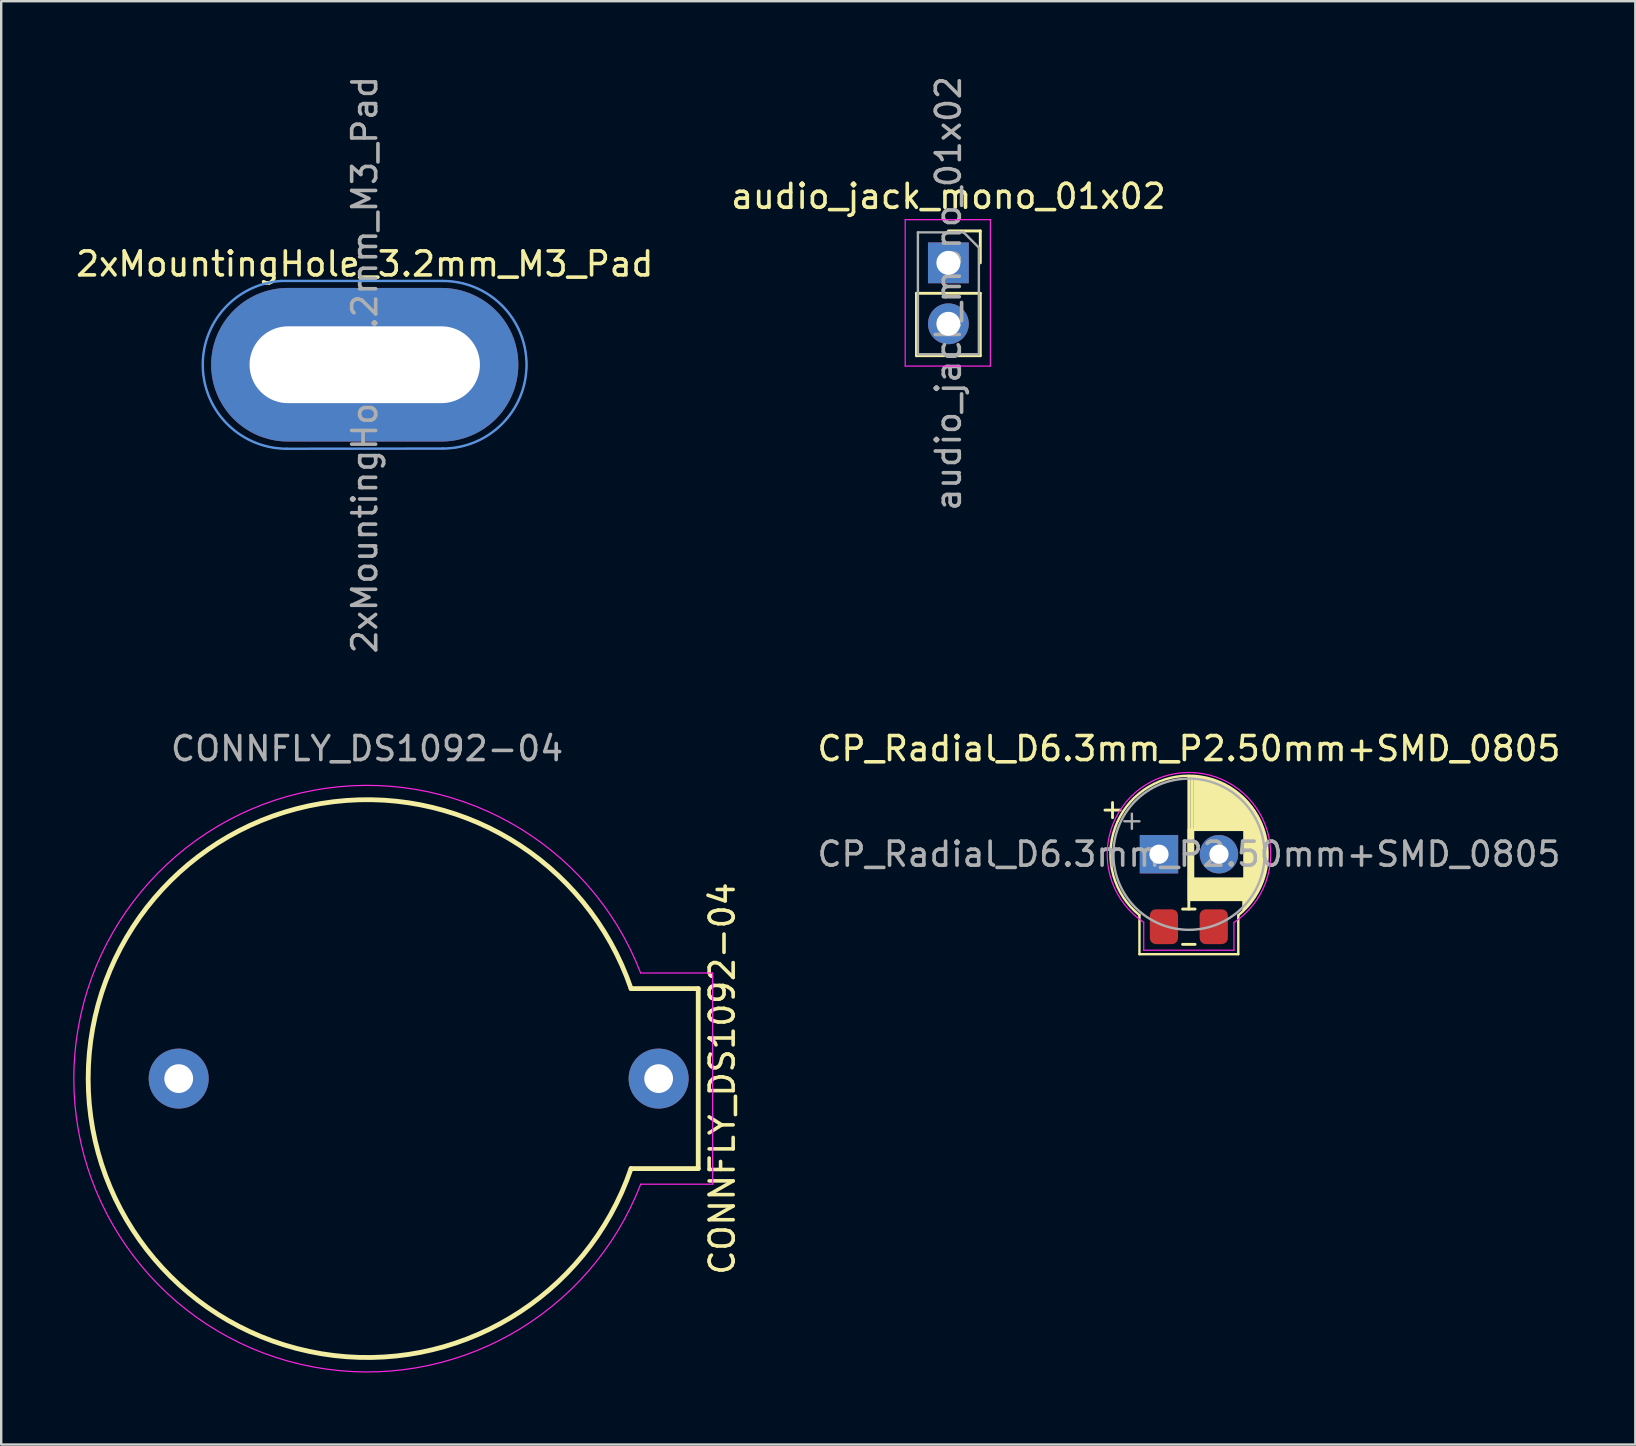
<source format=kicad_pcb>
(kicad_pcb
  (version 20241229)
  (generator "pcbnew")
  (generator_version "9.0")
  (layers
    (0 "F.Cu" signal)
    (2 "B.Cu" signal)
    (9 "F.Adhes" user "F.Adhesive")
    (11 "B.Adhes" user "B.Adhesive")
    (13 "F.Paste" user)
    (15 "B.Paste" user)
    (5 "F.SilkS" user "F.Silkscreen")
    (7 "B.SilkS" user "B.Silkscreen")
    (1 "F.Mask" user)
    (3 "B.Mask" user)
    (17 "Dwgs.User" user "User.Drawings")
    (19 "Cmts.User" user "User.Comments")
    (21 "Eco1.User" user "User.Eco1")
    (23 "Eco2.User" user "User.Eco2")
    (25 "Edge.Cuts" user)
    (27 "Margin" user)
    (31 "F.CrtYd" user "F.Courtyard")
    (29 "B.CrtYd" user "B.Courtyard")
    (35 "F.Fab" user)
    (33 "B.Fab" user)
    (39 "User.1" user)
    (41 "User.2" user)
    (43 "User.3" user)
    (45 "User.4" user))
  (footprint "audio_jack_mono_01x02"
    (layer "F.Cu")
    (at 36.47 7.903)
    (property "Reference" "audio_jack_mono_01x02" (at 0 -2.77 0) (layer "F.SilkS") (effects (font (size 1 1) (thickness 0.15))))
    (attr through_hole)
    (fp_line (start -1.33 1.27) (end -1.33 3.87) (stroke (width 0.12) (type solid)) (layer "F.SilkS"))
    (fp_line (start -1.33 1.27) (end 1.33 1.27) (stroke (width 0.12) (type solid)) (layer "F.SilkS"))
    (fp_line (start -1.33 3.87) (end 1.33 3.87) (stroke (width 0.12) (type solid)) (layer "F.SilkS"))
    (fp_line (start 0 -1.33) (end 1.33 -1.33) (stroke (width 0.12) (type solid)) (layer "F.SilkS"))
    (fp_line (start 1.33 -1.33) (end 1.33 0) (stroke (width 0.12) (type solid)) (layer "F.SilkS"))
    (fp_line (start 1.33 1.27) (end 1.33 3.87) (stroke (width 0.12) (type solid)) (layer "F.SilkS"))
    (fp_line (start -1.8 -1.8) (end 1.75 -1.8) (stroke (width 0.05) (type solid)) (layer "F.CrtYd"))
    (fp_line (start -1.8 4.3) (end -1.8 -1.8) (stroke (width 0.05) (type solid)) (layer "F.CrtYd"))
    (fp_line (start 1.75 -1.8) (end 1.75 4.3) (stroke (width 0.05) (type solid)) (layer "F.CrtYd"))
    (fp_line (start 1.75 4.3) (end -1.8 4.3) (stroke (width 0.05) (type solid)) (layer "F.CrtYd"))
    (fp_line (start -1.27 -1.27) (end 0.635 -1.27) (stroke (width 0.1) (type solid)) (layer "F.Fab"))
    (fp_line (start -1.27 3.81) (end -1.27 -1.27) (stroke (width 0.1) (type solid)) (layer "F.Fab"))
    (fp_line (start 0.635 -1.27) (end 1.27 -0.635) (stroke (width 0.1) (type solid)) (layer "F.Fab"))
    (fp_line (start 1.27 -0.635) (end 1.27 3.81) (stroke (width 0.1) (type solid)) (layer "F.Fab"))
    (fp_line (start 1.27 3.81) (end -1.27 3.81) (stroke (width 0.1) (type solid)) (layer "F.Fab"))
    (fp_text user "${REFERENCE}" (at 0 1.27 90) (layer "F.Fab") (effects (font (size 1 1) (thickness 0.15))))
    (pad "S" thru_hole rect (at 0 0) (size 1.7 1.7) (drill 1) (layers "*.Cu" "*.Mask"))
    (pad "T" thru_hole oval (at 0 2.54) (size 1.7 1.7) (drill 1) (layers "*.Cu" "*.Mask")))
  (footprint "CP_Radial_D6.3mm_P2.50mm+SMD_0805"
    (layer "F.Cu")
    (at 45.245 32.546)
    (property "Reference" "CP_Radial_D6.3mm_P2.50mm+SMD_0805" (at 1.25 -4.4 0) (layer "F.SilkS") (effects (font (size 1 1) (thickness 0.15))))
    (attr through_hole)
    (fp_line (start -2.25 -1.839) (end -1.62 -1.839) (stroke (width 0.12) (type solid)) (layer "F.SilkS"))
    (fp_line (start -1.935 -2.154) (end -1.935 -1.524) (stroke (width 0.12) (type solid)) (layer "F.SilkS"))
    (fp_line (start -0.813 2.54) (end -0.813 4.166) (stroke (width 0.1) (type default)) (layer "F.SilkS"))
    (fp_line (start -0.813 4.166) (end 3.306 4.166) (stroke (width 0.1) (type default)) (layer "F.SilkS"))
    (fp_line (start 0.984 2.286) (end 1.506 2.286) (stroke (width 0.12) (type solid)) (layer "F.SilkS"))
    (fp_line (start 0.984 3.756) (end 1.506 3.756) (stroke (width 0.12) (type solid)) (layer "F.SilkS"))
    (fp_line (start 1.245 -3.251) (end 1.245 2.286) (stroke (width 0.12) (type solid)) (layer "F.SilkS"))
    (fp_line (start 1.245 -1.016) (end 3.556 -1.016) (stroke (width 0.1) (type default)) (layer "F.SilkS"))
    (fp_line (start 1.372 -3.226) (end 1.372 -1.041) (stroke (width 0.135) (type default)) (layer "F.SilkS"))
    (fp_line (start 1.49 -3.222) (end 1.49 -1.04) (stroke (width 0.12) (type solid)) (layer "F.SilkS"))
    (fp_line (start 1.53 -3.218) (end 1.53 -1.04) (stroke (width 0.12) (type solid)) (layer "F.SilkS"))
    (fp_line (start 1.57 -3.215) (end 1.57 -1.04) (stroke (width 0.12) (type solid)) (layer "F.SilkS"))
    (fp_line (start 1.61 -3.211) (end 1.61 -1.04) (stroke (width 0.12) (type solid)) (layer "F.SilkS"))
    (fp_line (start 1.65 -3.206) (end 1.65 -1.04) (stroke (width 0.12) (type solid)) (layer "F.SilkS"))
    (fp_line (start 1.69 -3.201) (end 1.69 -1.04) (stroke (width 0.12) (type solid)) (layer "F.SilkS"))
    (fp_line (start 1.73 -3.195) (end 1.73 -1.04) (stroke (width 0.12) (type solid)) (layer "F.SilkS"))
    (fp_line (start 1.77 -3.189) (end 1.77 -1.04) (stroke (width 0.12) (type solid)) (layer "F.SilkS"))
    (fp_line (start 1.81 -3.182) (end 1.81 -1.04) (stroke (width 0.12) (type solid)) (layer "F.SilkS"))
    (fp_line (start 1.85 -3.175) (end 1.85 -1.04) (stroke (width 0.12) (type solid)) (layer "F.SilkS"))
    (fp_line (start 1.89 -3.167) (end 1.89 -1.04) (stroke (width 0.12) (type solid)) (layer "F.SilkS"))
    (fp_line (start 1.93 -3.159) (end 1.93 -1.04) (stroke (width 0.12) (type solid)) (layer "F.SilkS"))
    (fp_line (start 1.971 -3.15) (end 1.971 -1.04) (stroke (width 0.12) (type solid)) (layer "F.SilkS"))
    (fp_line (start 2.011 -3.141) (end 2.011 -1.04) (stroke (width 0.12) (type solid)) (layer "F.SilkS"))
    (fp_line (start 2.051 -3.131) (end 2.051 -1.04) (stroke (width 0.12) (type solid)) (layer "F.SilkS"))
    (fp_line (start 2.091 -3.121) (end 2.091 -1.04) (stroke (width 0.12) (type solid)) (layer "F.SilkS"))
    (fp_line (start 2.131 -3.11) (end 2.131 -1.04) (stroke (width 0.12) (type solid)) (layer "F.SilkS"))
    (fp_line (start 2.171 -3.098) (end 2.171 -1.04) (stroke (width 0.12) (type solid)) (layer "F.SilkS"))
    (fp_line (start 2.211 -3.086) (end 2.211 -1.04) (stroke (width 0.12) (type solid)) (layer "F.SilkS"))
    (fp_line (start 2.251 -3.074) (end 2.251 -1.04) (stroke (width 0.12) (type solid)) (layer "F.SilkS"))
    (fp_line (start 2.291 -3.061) (end 2.291 -1.04) (stroke (width 0.12) (type solid)) (layer "F.SilkS"))
    (fp_line (start 2.331 -3.047) (end 2.331 -1.04) (stroke (width 0.12) (type solid)) (layer "F.SilkS"))
    (fp_line (start 2.371 -3.033) (end 2.371 -1.04) (stroke (width 0.12) (type solid)) (layer "F.SilkS"))
    (fp_line (start 2.411 -3.018) (end 2.411 -1.04) (stroke (width 0.12) (type solid)) (layer "F.SilkS"))
    (fp_line (start 2.451 -3.002) (end 2.451 -1.04) (stroke (width 0.12) (type solid)) (layer "F.SilkS"))
    (fp_line (start 2.491 -2.986) (end 2.491 -1.04) (stroke (width 0.12) (type solid)) (layer "F.SilkS"))
    (fp_line (start 2.531 -2.97) (end 2.531 -1.04) (stroke (width 0.12) (type solid)) (layer "F.SilkS"))
    (fp_line (start 2.571 -2.952) (end 2.571 -1.04) (stroke (width 0.12) (type solid)) (layer "F.SilkS"))
    (fp_line (start 2.611 -2.934) (end 2.611 -1.04) (stroke (width 0.12) (type solid)) (layer "F.SilkS"))
    (fp_line (start 2.651 -2.916) (end 2.651 -1.04) (stroke (width 0.12) (type solid)) (layer "F.SilkS"))
    (fp_line (start 2.691 -2.896) (end 2.691 -1.04) (stroke (width 0.12) (type solid)) (layer "F.SilkS"))
    (fp_line (start 2.731 -2.876) (end 2.731 -1.04) (stroke (width 0.12) (type solid)) (layer "F.SilkS"))
    (fp_line (start 2.771 -2.856) (end 2.771 -1.04) (stroke (width 0.12) (type solid)) (layer "F.SilkS"))
    (fp_line (start 2.811 -2.834) (end 2.811 -1.04) (stroke (width 0.12) (type solid)) (layer "F.SilkS"))
    (fp_line (start 2.851 -2.812) (end 2.851 -1.04) (stroke (width 0.12) (type solid)) (layer "F.SilkS"))
    (fp_line (start 2.891 -2.79) (end 2.891 -1.04) (stroke (width 0.12) (type solid)) (layer "F.SilkS"))
    (fp_line (start 2.931 -2.766) (end 2.931 -1.04) (stroke (width 0.12) (type solid)) (layer "F.SilkS"))
    (fp_line (start 2.971 -2.742) (end 2.971 -1.04) (stroke (width 0.12) (type solid)) (layer "F.SilkS"))
    (fp_line (start 3.011 -2.716) (end 3.011 -1.04) (stroke (width 0.12) (type solid)) (layer "F.SilkS"))
    (fp_line (start 3.051 -2.69) (end 3.051 -1.04) (stroke (width 0.12) (type solid)) (layer "F.SilkS"))
    (fp_line (start 3.091 -2.664) (end 3.091 -1.04) (stroke (width 0.12) (type solid)) (layer "F.SilkS"))
    (fp_line (start 3.131 -2.636) (end 3.131 -1.04) (stroke (width 0.12) (type solid)) (layer "F.SilkS"))
    (fp_line (start 3.171 -2.607) (end 3.171 -1.04) (stroke (width 0.12) (type solid)) (layer "F.SilkS"))
    (fp_line (start 3.211 -2.578) (end 3.211 -1.04) (stroke (width 0.12) (type solid)) (layer "F.SilkS"))
    (fp_line (start 3.251 -2.548) (end 3.251 -1.04) (stroke (width 0.12) (type solid)) (layer "F.SilkS"))
    (fp_line (start 3.291 -2.516) (end 3.291 -1.04) (stroke (width 0.12) (type solid)) (layer "F.SilkS"))
    (fp_line (start 3.306 2.545) (end 3.306 4.166) (stroke (width 0.1) (type default)) (layer "F.SilkS"))
    (fp_line (start 3.331 -2.484) (end 3.331 -1.04) (stroke (width 0.12) (type solid)) (layer "F.SilkS"))
    (fp_line (start 3.371 -2.45) (end 3.371 -1.04) (stroke (width 0.12) (type solid)) (layer "F.SilkS"))
    (fp_line (start 3.411 -2.416) (end 3.411 -1.04) (stroke (width 0.12) (type solid)) (layer "F.SilkS"))
    (fp_line (start 3.451 -2.38) (end 3.451 -1.04) (stroke (width 0.12) (type solid)) (layer "F.SilkS"))
    (fp_line (start 3.491 -2.343) (end 3.491 -1.04) (stroke (width 0.12) (type solid)) (layer "F.SilkS"))
    (fp_line (start 3.531 -2.305) (end 3.531 -1.04) (stroke (width 0.12) (type solid)) (layer "F.SilkS"))
    (fp_line (start 3.531 1.04) (end 3.531 2.305) (stroke (width 0.12) (type solid)) (layer "F.SilkS"))
    (fp_line (start 3.571 -2.265) (end 3.571 2.265) (stroke (width 0.12) (type solid)) (layer "F.SilkS"))
    (fp_line (start 3.611 -2.224) (end 3.611 2.224) (stroke (width 0.12) (type solid)) (layer "F.SilkS"))
    (fp_line (start 3.651 -2.182) (end 3.651 2.182) (stroke (width 0.12) (type solid)) (layer "F.SilkS"))
    (fp_line (start 3.691 -2.137) (end 3.691 2.137) (stroke (width 0.12) (type solid)) (layer "F.SilkS"))
    (fp_line (start 3.731 -2.092) (end 3.731 2.092) (stroke (width 0.12) (type solid)) (layer "F.SilkS"))
    (fp_line (start 3.771 -2.044) (end 3.771 2.044) (stroke (width 0.12) (type solid)) (layer "F.SilkS"))
    (fp_line (start 3.811 -1.995) (end 3.811 1.995) (stroke (width 0.12) (type solid)) (layer "F.SilkS"))
    (fp_line (start 3.851 -1.944) (end 3.851 1.944) (stroke (width 0.12) (type solid)) (layer "F.SilkS"))
    (fp_line (start 3.891 -1.89) (end 3.891 1.89) (stroke (width 0.12) (type solid)) (layer "F.SilkS"))
    (fp_line (start 3.931 -1.834) (end 3.931 1.834) (stroke (width 0.12) (type solid)) (layer "F.SilkS"))
    (fp_line (start 3.971 -1.776) (end 3.971 1.776) (stroke (width 0.12) (type solid)) (layer "F.SilkS"))
    (fp_line (start 4.011 -1.714) (end 4.011 1.714) (stroke (width 0.12) (type solid)) (layer "F.SilkS"))
    (fp_line (start 4.051 -1.65) (end 4.051 1.65) (stroke (width 0.12) (type solid)) (layer "F.SilkS"))
    (fp_line (start 4.091 -1.581) (end 4.091 1.581) (stroke (width 0.12) (type solid)) (layer "F.SilkS"))
    (fp_line (start 4.131 -1.509) (end 4.131 1.509) (stroke (width 0.12) (type solid)) (layer "F.SilkS"))
    (fp_line (start 4.171 -1.432) (end 4.171 1.432) (stroke (width 0.12) (type solid)) (layer "F.SilkS"))
    (fp_line (start 4.211 -1.35) (end 4.211 1.35) (stroke (width 0.12) (type solid)) (layer "F.SilkS"))
    (fp_line (start 4.251 -1.262) (end 4.251 1.262) (stroke (width 0.12) (type solid)) (layer "F.SilkS"))
    (fp_line (start 4.291 -1.165) (end 4.291 1.165) (stroke (width 0.12) (type solid)) (layer "F.SilkS"))
    (fp_line (start 4.331 -1.059) (end 4.331 1.059) (stroke (width 0.12) (type solid)) (layer "F.SilkS"))
    (fp_line (start 4.371 -0.94) (end 4.371 0.94) (stroke (width 0.12) (type solid)) (layer "F.SilkS"))
    (fp_line (start 4.411 -0.802) (end 4.411 0.802) (stroke (width 0.12) (type solid)) (layer "F.SilkS"))
    (fp_line (start 4.451 -0.633) (end 4.451 0.633) (stroke (width 0.12) (type solid)) (layer "F.SilkS"))
    (fp_line (start 4.491 -0.402) (end 4.491 0.402) (stroke (width 0.12) (type solid)) (layer "F.SilkS"))
    (fp_rect (start 1.245 -1.016) (end 1.422 1.016) (stroke (width 0.1) (type solid)) (fill yes) (layer "F.SilkS"))
    (fp_rect (start 1.245 1.016) (end 3.556 1.905) (stroke (width 0.1) (type solid)) (fill yes) (layer "F.SilkS"))
    (fp_arc (start -0.8128 2.54) (mid 1.254201 -3.272113) (end 3.306272 2.545288) (stroke (width 0.1) (type default)) (layer "F.SilkS"))
    (fp_line (start -0.635 4.001) (end -0.635 2.845) (stroke (width 0.05) (type solid)) (layer "F.CrtYd"))
    (fp_line (start 3.124 2.845) (end 3.125 4.001) (stroke (width 0.05) (type solid)) (layer "F.CrtYd"))
    (fp_line (start 3.125 4.001) (end -0.635 4.001) (stroke (width 0.05) (type solid)) (layer "F.CrtYd"))
    (fp_arc (start -0.631711 2.839837) (mid 1.254501 -3.406683) (end 3.1242 2.8448) (stroke (width 0.05) (type default)) (layer "F.CrtYd"))
    (fp_line (start -1.444 -1.373) (end -0.814 -1.373) (stroke (width 0.1) (type solid)) (layer "F.Fab"))
    (fp_line (start -1.129 -1.688) (end -1.129 -1.058) (stroke (width 0.1) (type solid)) (layer "F.Fab"))
    (fp_circle (center 1.25 0) (end 4.4 0) (stroke (width 0.1) (type solid)) (fill no) (layer "F.Fab"))
    (fp_text user "${REFERENCE}" (at 1.25 0 0) (layer "F.Fab") (effects (font (size 1 1) (thickness 0.15))))
    (pad "1" thru_hole rect (at 0 0) (size 1.6 1.6) (drill 0.8) (layers "*.Cu" "*.Mask"))
    (pad "1" smd roundrect (at 0.207 3.021) (size 1.175 1.45) (layers "F.Cu" "F.Mask" "F.Paste") (roundrect_rratio 0.213))
    (pad "2" smd roundrect (at 2.283 3.021) (size 1.175 1.45) (layers "F.Cu" "F.Mask" "F.Paste") (roundrect_rratio 0.213))
    (pad "2" thru_hole circle (at 2.5 0) (size 1.6 1.6) (drill 0.8) (layers "*.Cu" "*.Mask")))
  (footprint "CONNFLY_DS1092-04"
    (layer "F.Cu")
    (at 12.246 41.896)
    (property "Reference" "CONNFLY_DS1092-04" (at 14.8 0 90) (unlocked yes) (layer "F.SilkS") (effects (font (size 1 1) (thickness 0.15))))
    (attr through_hole)
    (fp_line (start 13.8 -3.75) (end 11 -3.75) (stroke (width 0.2) (type default)) (layer "F.SilkS"))
    (fp_line (start 13.8 3.75) (end 11 3.75) (stroke (width 0.2) (type default)) (layer "F.SilkS"))
    (fp_line (start 13.8 3.75) (end 13.8 -3.75) (stroke (width 0.2) (type default)) (layer "F.SilkS"))
    (fp_arc (start 11 3.75) (mid -11.621639 0) (end 11 -3.75) (stroke (width 0.2) (type default)) (layer "F.SilkS"))
    (fp_line (start 11.402 4.4) (end 14.4 4.4) (stroke (width 0.05) (type default)) (layer "F.CrtYd"))
    (fp_line (start 14.4 -4.4) (end 11.4 -4.4) (stroke (width 0.05) (type default)) (layer "F.CrtYd"))
    (fp_line (start 14.4 4.4) (end 14.4 -4.4) (stroke (width 0.05) (type default)) (layer "F.CrtYd"))
    (fp_arc (start 11.402065 4.400374) (mid -12.220687 0.005731) (end 11.4 -4.4) (stroke (width 0.05) (type default)) (layer "F.CrtYd"))
    (fp_text user "${REFERENCE}" (at 0 -13.75 0) (unlocked yes) (layer "F.Fab") (effects (font (size 1 1) (thickness 0.15))))
    (pad "1" thru_hole circle (at 12.15 0) (size 2.5 2.5) (drill 1.2) (layers "*.Cu" "*.Mask"))
    (pad "2" thru_hole circle (at -7.85 0) (size 2.5 2.5) (drill 1.2) (layers "*.Cu" "*.Mask")))
  (footprint "2xMountingHole_3.2mm_M3_Pad"
    (layer "F.Cu")
    (at 12.149 12.149)
    (property "Reference" "2xMountingHole_3.2mm_M3_Pad" (at 0 -4.2 0) (layer "F.SilkS") (effects (font (size 1 1) (thickness 0.15))))
    (attr exclude_from_pos_files exclude_from_bom)
    (fp_line (start -3.25 3.5) (end 3.25 3.491) (stroke (width 0.1) (type default)) (layer "Cmts.User"))
    (fp_line (start 3.25 -3.491) (end -3.499 -3.491) (stroke (width 0.1) (type default)) (layer "Cmts.User"))
    (fp_arc (start -3.25 3.5) (mid -6.747776 0.124762) (end -3.499365 -3.491105) (stroke (width 0.1) (type default)) (layer "Cmts.User"))
    (fp_arc (start 3.25 -3.491105) (mid 6.741105 0) (end 3.25 3.491105) (stroke (width 0.1) (type default)) (layer "Cmts.User"))
    (fp_line (start -3.25 -3.5) (end 3.25 -3.5) (stroke (width 0.05) (type default)) (layer "F.CrtYd"))
    (fp_line (start 3.25 3.5) (end -3.25 3.5) (stroke (width 0.05) (type default)) (layer "F.CrtYd"))
    (fp_arc (start -3.25 3.5) (mid -6.75 0) (end -3.25 -3.5) (stroke (width 0.05) (type default)) (layer "F.CrtYd"))
    (fp_arc (start 3.25 -3.5) (mid 6.75 0) (end 3.25 3.5) (stroke (width 0.05) (type default)) (layer "F.CrtYd"))
    (fp_text user "${REFERENCE}" (at 0 0 90) (layer "F.Fab") (effects (font (size 1 1) (thickness 0.15))))
    (pad "1" thru_hole oval (at 0 0) (size 12.8 6.4) (drill oval 9.6 3.2) (layers "*.Cu" "*.Mask")))
  (gr_rect
    (start -3 -3)
    (end 65.096 57.144)
    (stroke (width 0.1) (type default))
    (fill no)
    (layer "Edge.Cuts")))
</source>
